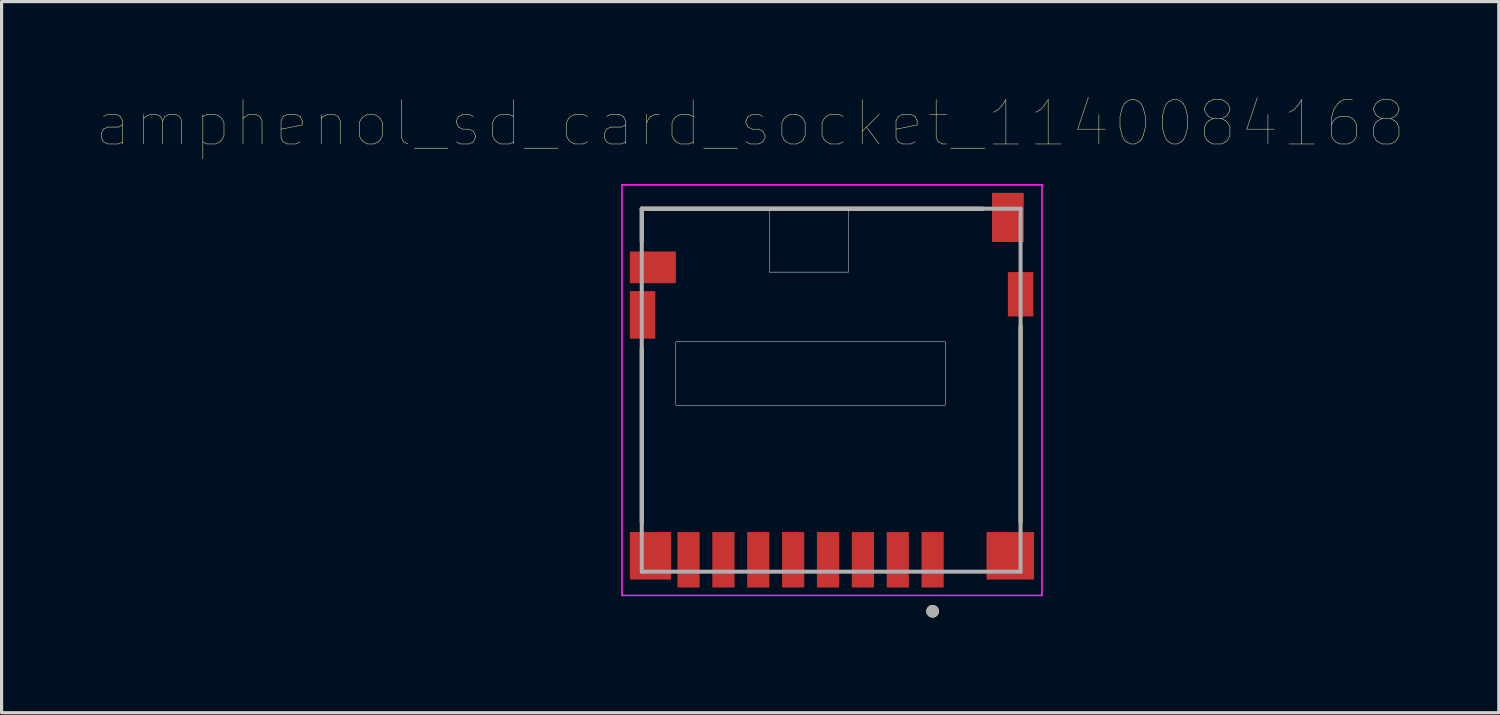
<source format=kicad_pcb>
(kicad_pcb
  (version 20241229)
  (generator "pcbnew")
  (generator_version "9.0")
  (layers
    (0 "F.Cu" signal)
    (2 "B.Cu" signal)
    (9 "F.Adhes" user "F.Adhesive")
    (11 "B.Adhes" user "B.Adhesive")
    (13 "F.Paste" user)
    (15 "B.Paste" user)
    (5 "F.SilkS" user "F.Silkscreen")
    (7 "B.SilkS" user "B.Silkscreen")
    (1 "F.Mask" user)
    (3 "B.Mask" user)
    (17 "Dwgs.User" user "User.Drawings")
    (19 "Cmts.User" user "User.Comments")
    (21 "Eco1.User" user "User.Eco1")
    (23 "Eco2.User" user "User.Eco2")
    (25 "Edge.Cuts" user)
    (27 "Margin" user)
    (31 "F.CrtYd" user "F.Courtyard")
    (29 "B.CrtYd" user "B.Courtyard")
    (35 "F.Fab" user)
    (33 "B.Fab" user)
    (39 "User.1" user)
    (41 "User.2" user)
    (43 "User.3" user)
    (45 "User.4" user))
  (footprint "amphenol_sd_card_socket_1140084168"
    (layer "F.Cu")
    (at 23.171 13.734)
    (property "Reference" "amphenol_sd_card_socket_1140084168" (at -2.555 -12.889 0) (layer "F.SilkS") (effects (font (size 1.4 1.4) (thickness 0.015))))
    (attr through_hole)
    (fp_line (start -5.975 -10.2) (end -5.975 -9.17) (stroke (width 0.127) (type solid)) (layer "F.SilkS"))
    (fp_line (start -5.975 -5.78) (end -5.975 -0.32) (stroke (width 0.127) (type solid)) (layer "F.SilkS"))
    (fp_line (start 4.78 -10.2) (end -5.975 -10.2) (stroke (width 0.127) (type solid)) (layer "F.SilkS"))
    (fp_line (start 5.975 -0.32) (end 5.975 -6.48) (stroke (width 0.127) (type solid)) (layer "F.SilkS"))
    (fp_circle (center 3.2 2.5) (end 3.3 2.5) (stroke (width 0.2) (type solid)) (fill no) (layer "F.SilkS"))
    (fp_poly (pts (xy -4.9 -6) (xy 3.6 -6) (xy 3.6 -4) (xy -4.9 -4)) (stroke (width 0.01) (type solid)) (fill no) (layer "Dwgs.User"))
    (fp_poly (pts (xy -4.9 -6) (xy 3.6 -6) (xy 3.6 -4) (xy -4.9 -4)) (stroke (width 0.01) (type solid)) (fill no) (layer "Dwgs.User"))
    (fp_poly (pts (xy -1.95 -10.2) (xy 0.55 -10.2) (xy 0.55 -8.2) (xy -1.95 -8.2)) (stroke (width 0.01) (type solid)) (fill no) (layer "Dwgs.User"))
    (fp_poly (pts (xy -1.95 -10.2) (xy 0.55 -10.2) (xy 0.55 -8.2) (xy -1.95 -8.2)) (stroke (width 0.01) (type solid)) (fill no) (layer "Dwgs.User"))
    (fp_line (start -6.6 -10.95) (end -6.6 2) (stroke (width 0.05) (type solid)) (layer "F.CrtYd"))
    (fp_line (start -6.6 2) (end 6.65 2) (stroke (width 0.05) (type solid)) (layer "F.CrtYd"))
    (fp_line (start 6.65 -10.95) (end -6.6 -10.95) (stroke (width 0.05) (type solid)) (layer "F.CrtYd"))
    (fp_line (start 6.65 2) (end 6.65 -10.95) (stroke (width 0.05) (type solid)) (layer "F.CrtYd"))
    (fp_line (start -5.975 -10.2) (end -5.975 1.25) (stroke (width 0.127) (type solid)) (layer "F.Fab"))
    (fp_line (start -5.975 1.25) (end 5.975 1.25) (stroke (width 0.127) (type solid)) (layer "F.Fab"))
    (fp_line (start 5.975 -10.2) (end -5.975 -10.2) (stroke (width 0.127) (type solid)) (layer "F.Fab"))
    (fp_line (start 5.975 1.25) (end 5.975 -10.2) (stroke (width 0.127) (type solid)) (layer "F.Fab"))
    (fp_circle (center 3.2 2.5) (end 3.3 2.5) (stroke (width 0.2) (type solid)) (fill no) (layer "F.Fab"))
    (pad "1" smd rect (at 3.2 0.875) (size 0.7 1.75) (layers "F.Cu" "F.Mask" "F.Paste"))
    (pad "2" smd rect (at 2.1 0.875) (size 0.7 1.75) (layers "F.Cu" "F.Mask" "F.Paste"))
    (pad "3" smd rect (at 1 0.875) (size 0.7 1.75) (layers "F.Cu" "F.Mask" "F.Paste"))
    (pad "4" smd rect (at -0.1 0.875) (size 0.7 1.75) (layers "F.Cu" "F.Mask" "F.Paste"))
    (pad "5" smd rect (at -1.2 0.875) (size 0.7 1.75) (layers "F.Cu" "F.Mask" "F.Paste"))
    (pad "6" smd rect (at -2.3 0.875) (size 0.7 1.75) (layers "F.Cu" "F.Mask" "F.Paste"))
    (pad "7" smd rect (at -3.4 0.875) (size 0.7 1.75) (layers "F.Cu" "F.Mask" "F.Paste"))
    (pad "8" smd rect (at -4.5 0.875) (size 0.7 1.75) (layers "F.Cu" "F.Mask" "F.Paste"))
    (pad "9" smd rect (at 5.575 -9.925) (size 1 1.55) (layers "F.Cu" "F.Mask" "F.Paste"))
    (pad "10" smd rect (at -5.625 -8.35) (size 1.45 1) (layers "F.Cu" "F.Mask" "F.Paste"))
    (pad "S1" smd rect (at 5.65 0.75) (size 1.5 1.5) (layers "F.Cu" "F.Mask" "F.Paste"))
    (pad "S2" smd rect (at -5.7 0.75) (size 1.3 1.5) (layers "F.Cu" "F.Mask" "F.Paste"))
    (pad "S3" smd rect (at 5.975 -7.5) (size 0.8 1.4) (layers "F.Cu" "F.Mask" "F.Paste"))
    (pad "S4" smd rect (at -5.95 -6.85) (size 0.8 1.5) (layers "F.Cu" "F.Mask" "F.Paste")))
  (gr_rect
    (start -3 -3)
    (end 44.232 19.434)
    (stroke (width 0.1) (type default))
    (fill no)
    (layer "Edge.Cuts")))
</source>
